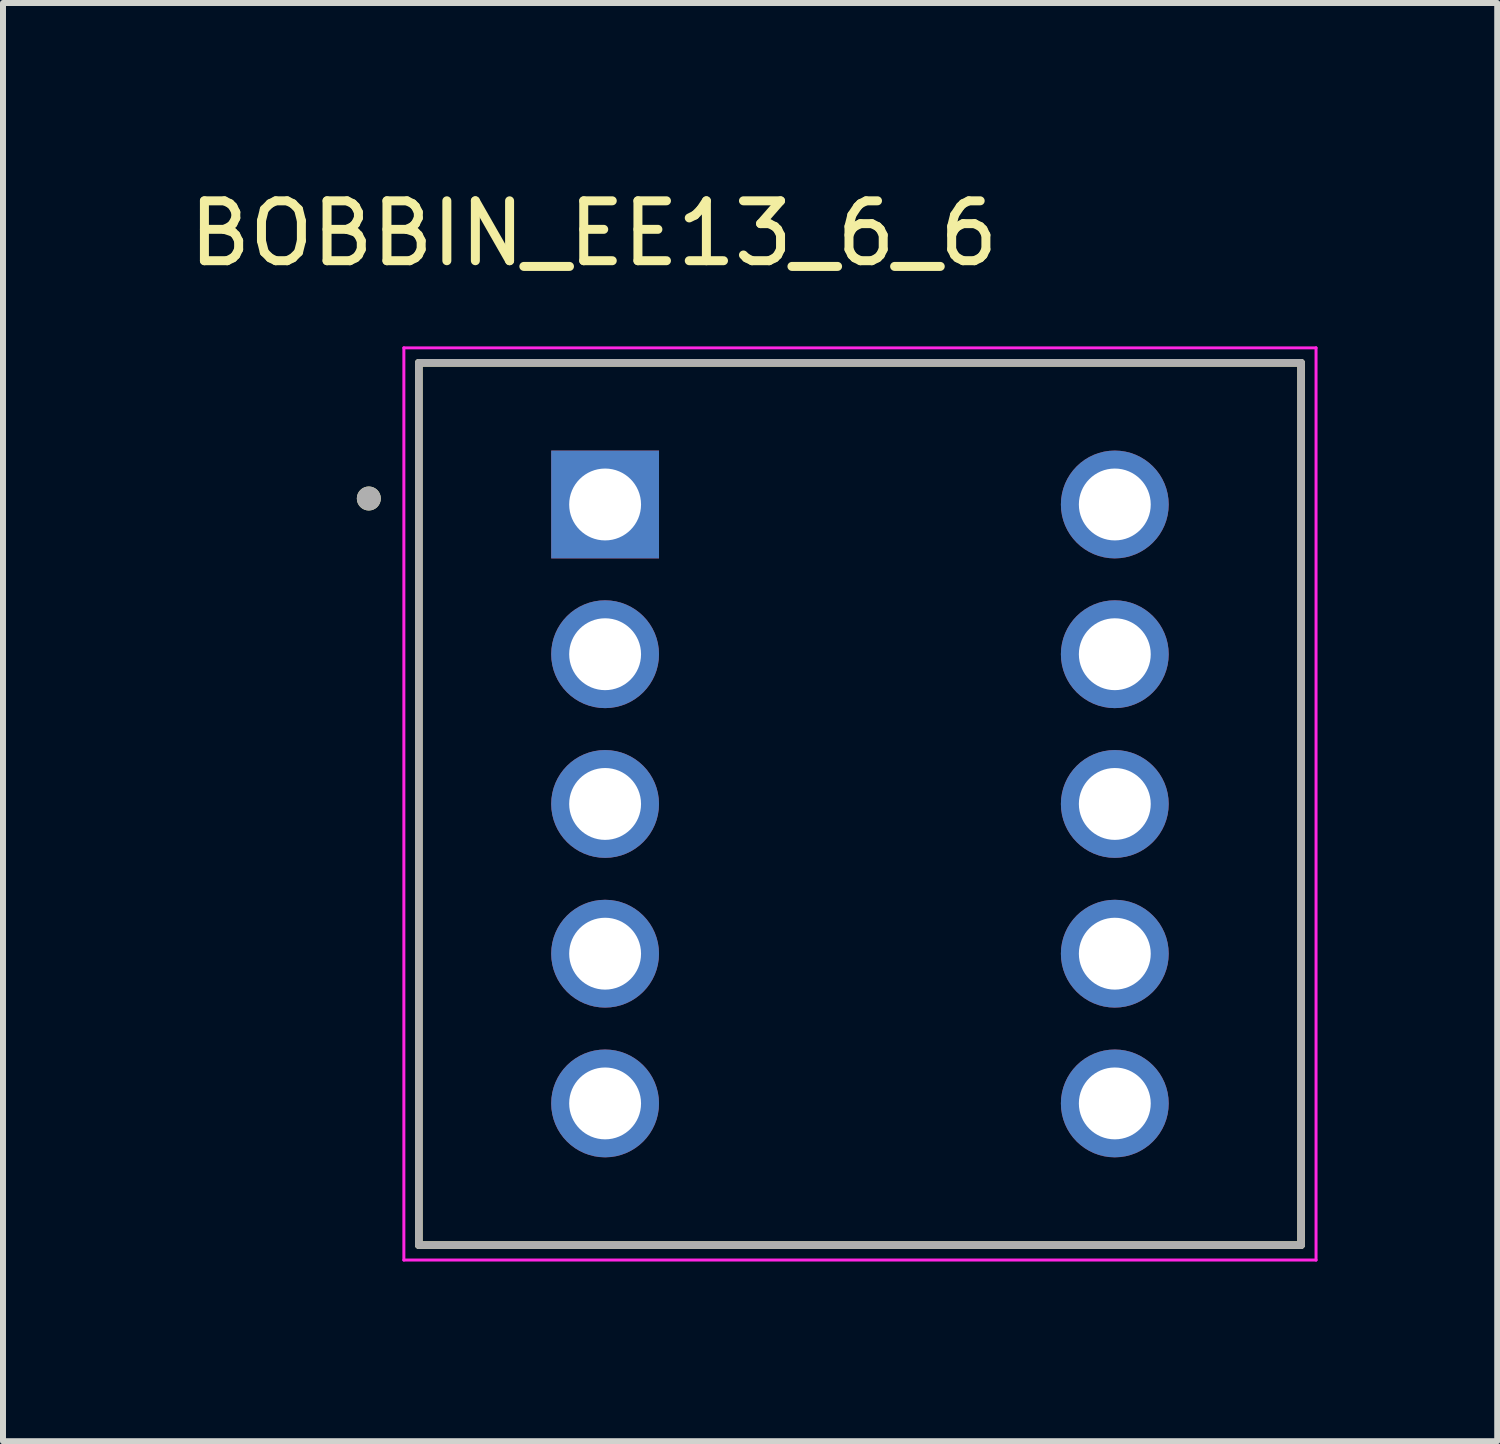
<source format=kicad_pcb>
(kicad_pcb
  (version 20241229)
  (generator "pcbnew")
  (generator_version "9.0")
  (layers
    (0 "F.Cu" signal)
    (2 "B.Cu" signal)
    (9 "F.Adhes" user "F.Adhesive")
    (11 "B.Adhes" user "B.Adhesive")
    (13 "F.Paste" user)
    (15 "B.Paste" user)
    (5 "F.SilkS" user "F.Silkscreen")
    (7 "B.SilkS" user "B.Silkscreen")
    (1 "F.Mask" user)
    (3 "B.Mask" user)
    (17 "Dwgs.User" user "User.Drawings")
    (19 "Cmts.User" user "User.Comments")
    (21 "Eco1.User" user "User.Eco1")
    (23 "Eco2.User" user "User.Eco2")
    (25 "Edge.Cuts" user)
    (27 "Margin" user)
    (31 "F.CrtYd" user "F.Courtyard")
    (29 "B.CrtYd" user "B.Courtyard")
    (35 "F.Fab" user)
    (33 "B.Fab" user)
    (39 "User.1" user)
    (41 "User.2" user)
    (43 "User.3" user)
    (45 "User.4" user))
  (footprint "BOBBIN_EE13_6_6"
    (layer "F.Cu")
    (at 11.308 10.373)
    (property "Reference" "BOBBIN_EE13_6_6" (at -4.445 -9.525 0) (layer "F.SilkS") (effects (font (size 1 1) (thickness 0.15))))
    (attr through_hole)
    (fp_line (start -7.365 -7.365) (end 7.365 -7.365) (stroke (width 0.127) (type solid)) (layer "F.SilkS"))
    (fp_line (start -7.365 7.365) (end -7.365 -7.365) (stroke (width 0.127) (type solid)) (layer "F.SilkS"))
    (fp_line (start 7.365 -7.365) (end 7.365 7.365) (stroke (width 0.127) (type solid)) (layer "F.SilkS"))
    (fp_line (start 7.365 7.365) (end -7.365 7.365) (stroke (width 0.127) (type solid)) (layer "F.SilkS"))
    (fp_circle (center -8.2 -5.1) (end -8.1 -5.1) (stroke (width 0.2) (type solid)) (fill no) (layer "F.SilkS"))
    (fp_line (start -7.615 -7.615) (end 7.615 -7.615) (stroke (width 0.05) (type solid)) (layer "F.CrtYd"))
    (fp_line (start -7.615 7.615) (end -7.615 -7.615) (stroke (width 0.05) (type solid)) (layer "F.CrtYd"))
    (fp_line (start 7.615 -7.615) (end 7.615 7.615) (stroke (width 0.05) (type solid)) (layer "F.CrtYd"))
    (fp_line (start 7.615 7.615) (end -7.615 7.615) (stroke (width 0.05) (type solid)) (layer "F.CrtYd"))
    (fp_line (start -7.365 -7.365) (end 7.365 -7.365) (stroke (width 0.127) (type solid)) (layer "F.Fab"))
    (fp_line (start -7.365 7.365) (end -7.365 -7.365) (stroke (width 0.127) (type solid)) (layer "F.Fab"))
    (fp_line (start 7.365 -7.365) (end 7.365 7.365) (stroke (width 0.127) (type solid)) (layer "F.Fab"))
    (fp_line (start 7.365 7.365) (end -7.365 7.365) (stroke (width 0.127) (type solid)) (layer "F.Fab"))
    (fp_circle (center -8.2 -5.1) (end -8.1 -5.1) (stroke (width 0.2) (type solid)) (fill no) (layer "F.Fab"))
    (pad "1" thru_hole rect (at -4.255 -5) (size 1.8 1.8) (drill 1.2) (layers "*.Cu" "*.Mask"))
    (pad "2" thru_hole circle (at -4.255 -2.5) (size 1.8 1.8) (drill 1.2) (layers "*.Cu" "*.Mask"))
    (pad "3" thru_hole circle (at -4.255 0) (size 1.8 1.8) (drill 1.2) (layers "*.Cu" "*.Mask"))
    (pad "4" thru_hole circle (at -4.255 2.5) (size 1.8 1.8) (drill 1.2) (layers "*.Cu" "*.Mask"))
    (pad "5" thru_hole circle (at -4.255 5) (size 1.8 1.8) (drill 1.2) (layers "*.Cu" "*.Mask"))
    (pad "6" thru_hole circle (at 4.255 5) (size 1.8 1.8) (drill 1.2) (layers "*.Cu" "*.Mask"))
    (pad "7" thru_hole circle (at 4.255 2.5) (size 1.8 1.8) (drill 1.2) (layers "*.Cu" "*.Mask"))
    (pad "8" thru_hole circle (at 4.255 0) (size 1.8 1.8) (drill 1.2) (layers "*.Cu" "*.Mask"))
    (pad "9" thru_hole circle (at 4.255 -2.5) (size 1.8 1.8) (drill 1.2) (layers "*.Cu" "*.Mask"))
    (pad "10" thru_hole circle (at 4.255 -5) (size 1.8 1.8) (drill 1.2) (layers "*.Cu" "*.Mask")))
  (gr_rect
    (start -3 -3)
    (end 21.948 21.013)
    (stroke (width 0.1) (type default))
    (fill no)
    (layer "Edge.Cuts")))
</source>
